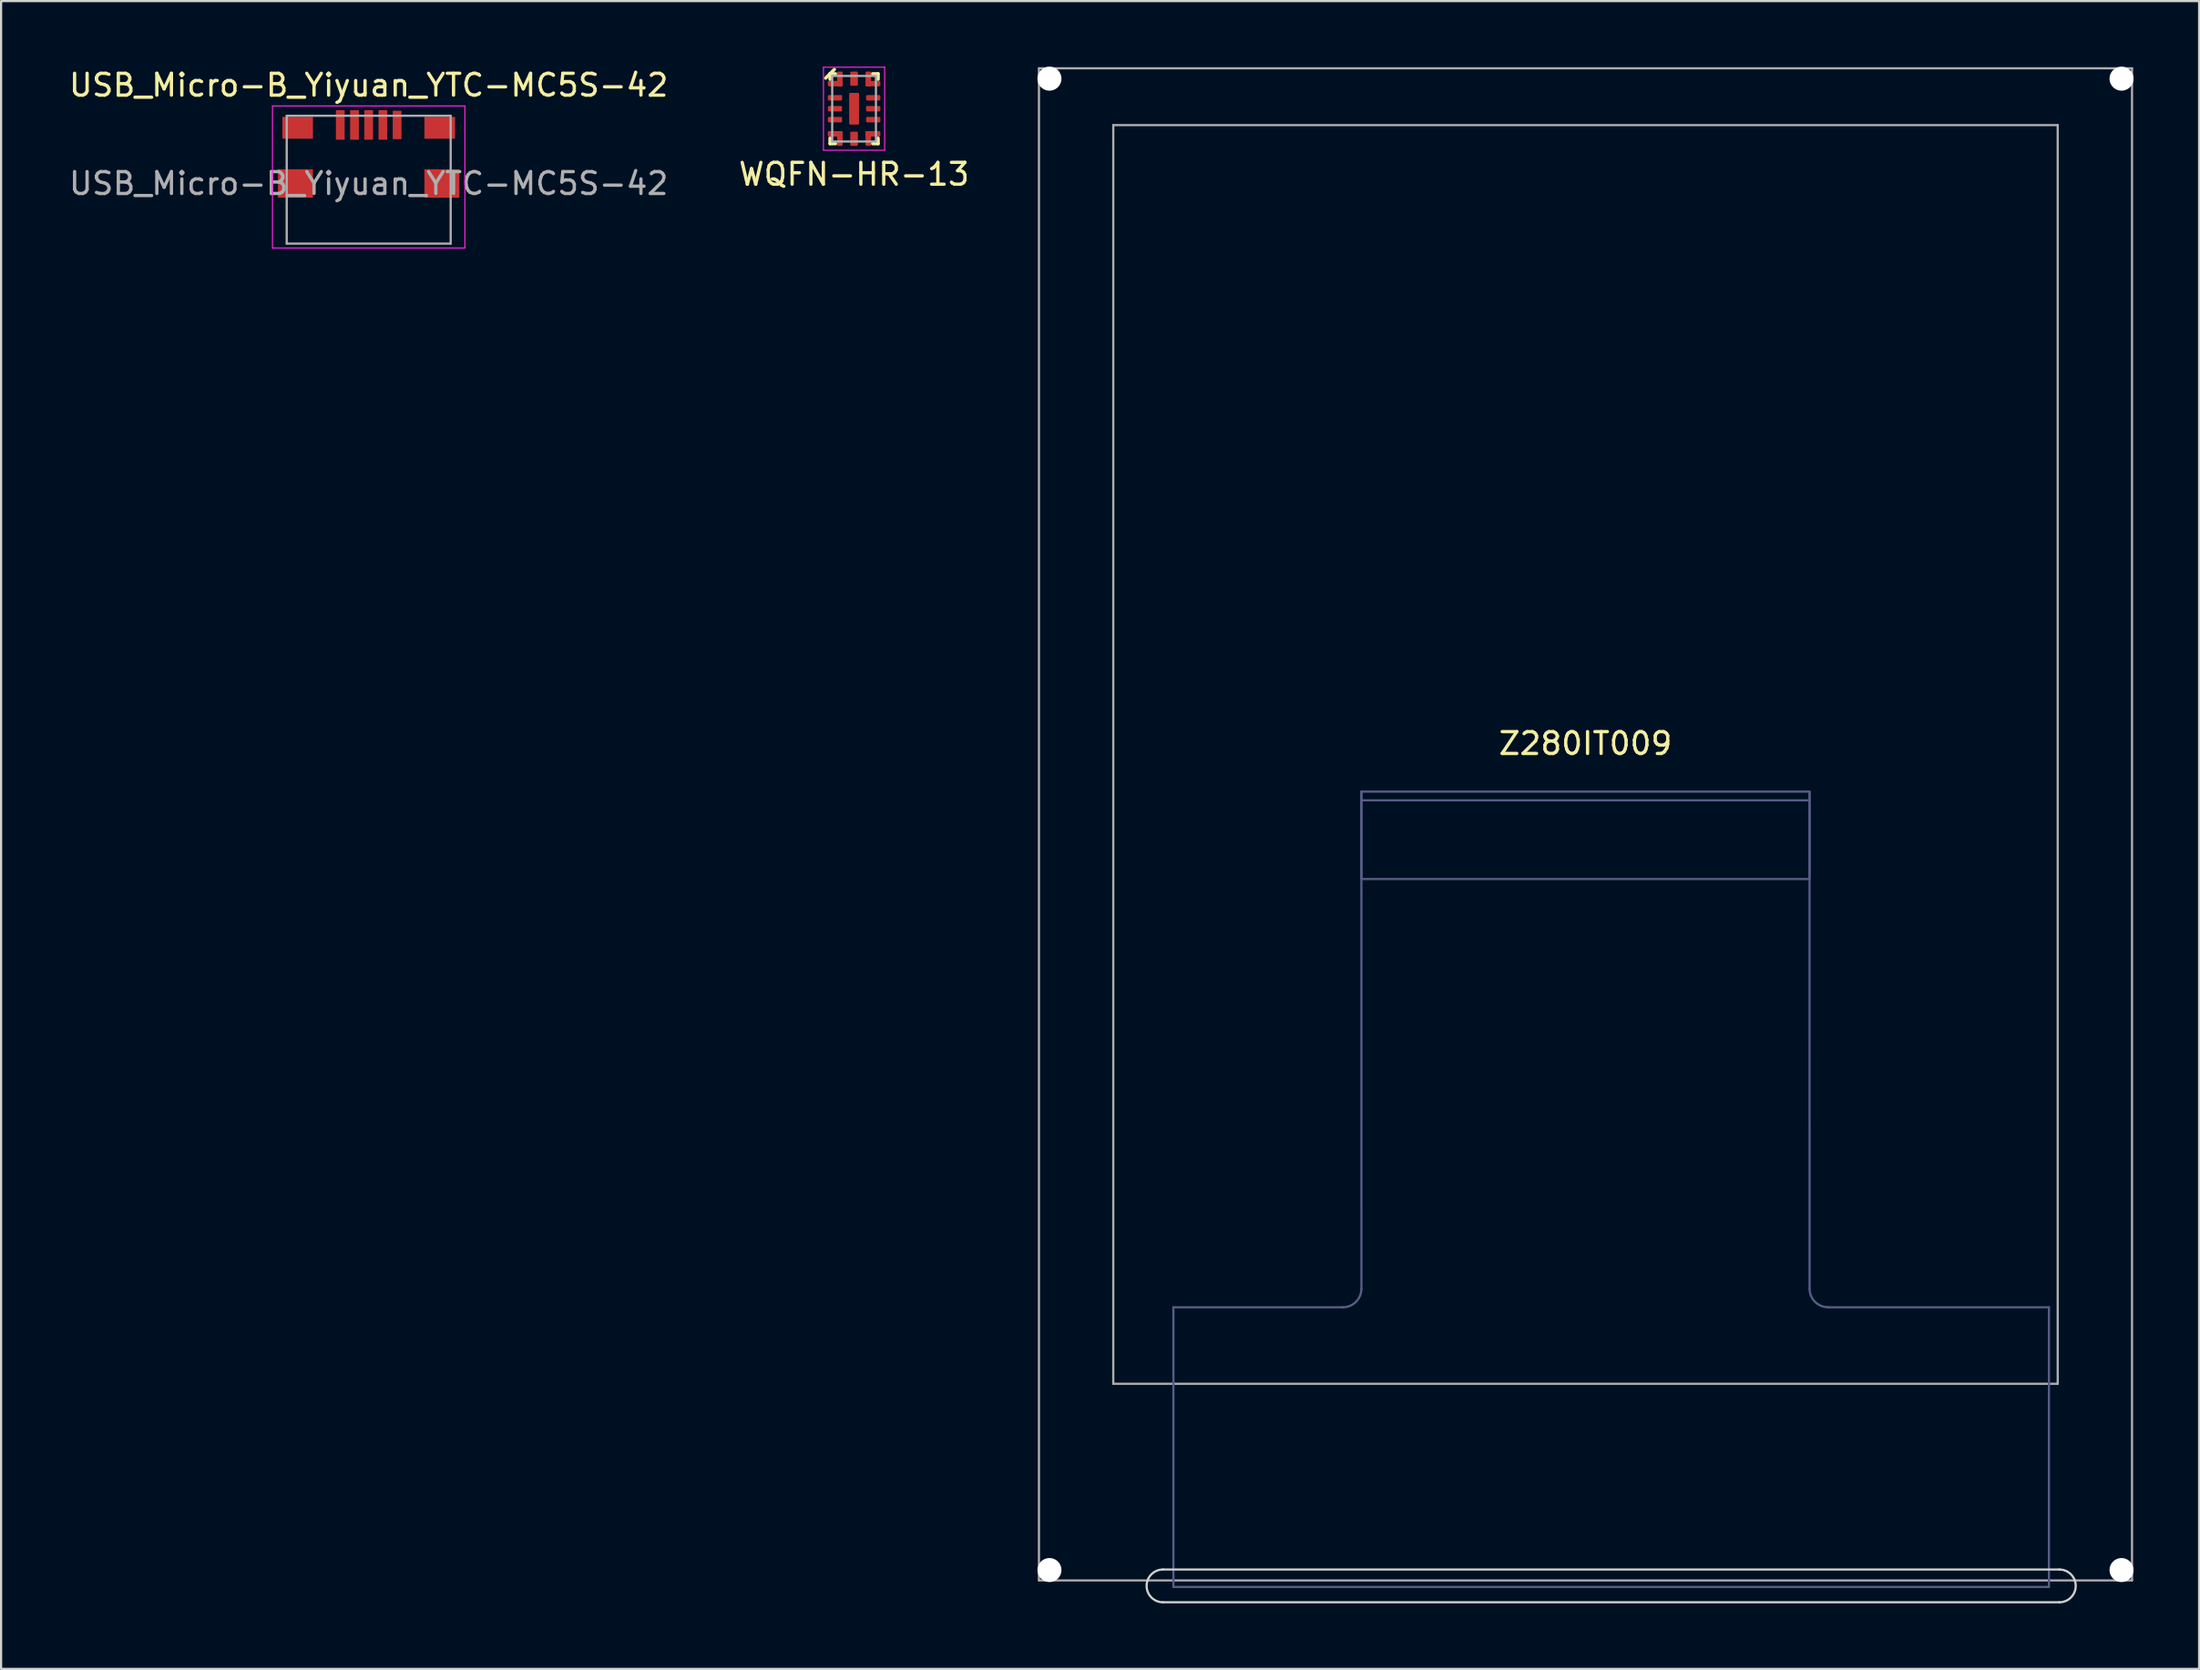
<source format=kicad_pcb>
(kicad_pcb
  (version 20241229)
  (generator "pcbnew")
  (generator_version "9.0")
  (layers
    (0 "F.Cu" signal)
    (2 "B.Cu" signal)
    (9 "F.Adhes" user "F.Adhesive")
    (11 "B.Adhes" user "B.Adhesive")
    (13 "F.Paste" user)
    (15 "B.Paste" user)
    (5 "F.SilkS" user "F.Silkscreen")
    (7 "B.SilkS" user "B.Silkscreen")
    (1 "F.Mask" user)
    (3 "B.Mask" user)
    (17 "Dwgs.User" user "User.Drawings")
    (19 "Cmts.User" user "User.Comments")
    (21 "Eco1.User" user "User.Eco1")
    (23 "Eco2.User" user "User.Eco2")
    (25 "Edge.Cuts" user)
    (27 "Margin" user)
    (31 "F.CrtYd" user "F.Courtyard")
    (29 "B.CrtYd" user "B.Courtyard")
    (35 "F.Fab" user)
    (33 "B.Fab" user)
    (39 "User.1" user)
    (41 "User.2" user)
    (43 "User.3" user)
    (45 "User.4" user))
  (footprint "WQFN-HR-13"
    (layer "F.Cu")
    (at 36.018 1.925)
    (property "Reference" "WQFN-HR-13" (at 0 3 0) (unlocked yes) (layer "F.SilkS") (effects (font (size 1 1) (thickness 0.15))))
    (fp_line (start -1.1 -1.6) (end -1.3 -1.4) (stroke (width 0.15) (type solid)) (layer "F.SilkS"))
    (fp_line (start -1.1 -1.6) (end -1.1 -1.35) (stroke (width 0.15) (type solid)) (layer "F.SilkS"))
    (fp_line (start -1.1 -1.6) (end -0.9 -1.8) (stroke (width 0.15) (type solid)) (layer "F.SilkS"))
    (fp_line (start -1.1 1.35) (end -1.1 1.6) (stroke (width 0.15) (type solid)) (layer "F.SilkS"))
    (fp_line (start -1.1 1.6) (end -0.85 1.6) (stroke (width 0.15) (type solid)) (layer "F.SilkS"))
    (fp_line (start -0.85 -1.6) (end -1.1 -1.6) (stroke (width 0.15) (type solid)) (layer "F.SilkS"))
    (fp_line (start 0.85 1.6) (end 1.1 1.6) (stroke (width 0.15) (type solid)) (layer "F.SilkS"))
    (fp_line (start 1.1 -1.6) (end 0.85 -1.6) (stroke (width 0.15) (type solid)) (layer "F.SilkS"))
    (fp_line (start 1.1 -1.35) (end 1.1 -1.6) (stroke (width 0.15) (type solid)) (layer "F.SilkS"))
    (fp_line (start 1.1 1.6) (end 1.1 1.35) (stroke (width 0.15) (type solid)) (layer "F.SilkS"))
    (fp_line (start -1.4 -1.9) (end 1.4 -1.9) (stroke (width 0.05) (type solid)) (layer "F.CrtYd"))
    (fp_line (start -1.4 1.9) (end -1.4 -1.9) (stroke (width 0.05) (type solid)) (layer "F.CrtYd"))
    (fp_line (start 1.4 -1.9) (end 1.4 1.9) (stroke (width 0.05) (type solid)) (layer "F.CrtYd"))
    (fp_line (start 1.4 1.9) (end -1.4 1.9) (stroke (width 0.05) (type solid)) (layer "F.CrtYd"))
    (fp_line (start -1 -1.5) (end 1 -1.5) (stroke (width 0.1) (type solid)) (layer "F.Fab"))
    (fp_line (start -1 1.5) (end -1 -1.5) (stroke (width 0.1) (type solid)) (layer "F.Fab"))
    (fp_line (start 1 -1.5) (end 1 1.5) (stroke (width 0.1) (type solid)) (layer "F.Fab"))
    (fp_line (start 1 1.5) (end -1 1.5) (stroke (width 0.1) (type solid)) (layer "F.Fab"))
    (pad "1" smd roundrect (at -0.863 -1.15) (size 0.675 0.25) (layers "F.Cu" "F.Mask" "F.Paste") (roundrect_rratio 0.2))
    (pad "1" smd roundrect (at -0.65 -1.363 90) (size 0.675 0.25) (layers "F.Cu" "F.Mask" "F.Paste") (roundrect_rratio 0.2))
    (pad "2" smd roundrect (at -0.875 -0.5) (size 0.65 0.25) (layers "F.Cu" "F.Mask" "F.Paste") (roundrect_rratio 0.2))
    (pad "3" smd roundrect (at -0.875 0) (size 0.65 0.25) (layers "F.Cu" "F.Mask" "F.Paste") (roundrect_rratio 0.2))
    (pad "4" smd roundrect (at -0.875 0.5) (size 0.65 0.25) (layers "F.Cu" "F.Mask" "F.Paste") (roundrect_rratio 0.2))
    (pad "5" smd roundrect (at -0.863 1.15) (size 0.675 0.25) (layers "F.Cu" "F.Mask" "F.Paste") (roundrect_rratio 0.2))
    (pad "5" smd roundrect (at -0.65 1.363 90) (size 0.675 0.25) (layers "F.Cu" "F.Mask" "F.Paste") (roundrect_rratio 0.2))
    (pad "6" smd roundrect (at 0 1.375 180) (size 0.35 0.65) (layers "F.Cu" "F.Mask" "F.Paste") (roundrect_rratio 0.143))
    (pad "7" smd roundrect (at 0.65 1.363 90) (size 0.675 0.25) (layers "F.Cu" "F.Mask" "F.Paste") (roundrect_rratio 0.2))
    (pad "7" smd roundrect (at 0.863 1.15) (size 0.675 0.25) (layers "F.Cu" "F.Mask" "F.Paste") (roundrect_rratio 0.2))
    (pad "8" smd roundrect (at 0.875 0.5) (size 0.65 0.25) (layers "F.Cu" "F.Mask" "F.Paste") (roundrect_rratio 0.2))
    (pad "9" smd roundrect (at 0.875 0) (size 0.65 0.25) (layers "F.Cu" "F.Mask" "F.Paste") (roundrect_rratio 0.2))
    (pad "10" smd roundrect (at 0.875 -0.5) (size 0.65 0.25) (layers "F.Cu" "F.Mask" "F.Paste") (roundrect_rratio 0.2))
    (pad "11" smd roundrect (at 0.65 -1.363 90) (size 0.675 0.25) (layers "F.Cu" "F.Mask" "F.Paste") (roundrect_rratio 0.2))
    (pad "11" smd roundrect (at 0.863 -1.15) (size 0.675 0.25) (layers "F.Cu" "F.Mask" "F.Paste") (roundrect_rratio 0.2))
    (pad "12" smd roundrect (at 0 -1.375 180) (size 0.35 0.65) (layers "F.Cu" "F.Mask" "F.Paste") (roundrect_rratio 0.143))
    (pad "13" smd roundrect (at 0 0) (size 0.45 1.45) (layers "F.Cu" "F.Mask" "F.Paste") (roundrect_rratio 0.111)))
  (footprint "USB_Micro-B_Yiyuan_YTC-MC5S-42"
    (layer "F.Cu")
    (at 13.815 5.348)
    (property "Reference" "USB_Micro-B_Yiyuan_YTC-MC5S-42" (at 0 -4.5 180) (layer "F.SilkS") (effects (font (size 1 1) (thickness 0.15))))
    (attr smd)
    (fp_line (start -4.4 -3.55) (end 4.4 -3.55) (stroke (width 0.05) (type solid)) (layer "F.CrtYd"))
    (fp_line (start -4.4 2.95) (end -4.4 -3.55) (stroke (width 0.05) (type solid)) (layer "F.CrtYd"))
    (fp_line (start 4.4 -3.55) (end 4.4 2.95) (stroke (width 0.05) (type solid)) (layer "F.CrtYd"))
    (fp_line (start 4.4 2.95) (end -4.4 2.95) (stroke (width 0.05) (type solid)) (layer "F.CrtYd"))
    (fp_line (start -3.75 -3.1) (end 3.75 -3.1) (stroke (width 0.1) (type solid)) (layer "F.Fab"))
    (fp_line (start -3.75 2.75) (end -3.75 -3.1) (stroke (width 0.1) (type solid)) (layer "F.Fab"))
    (fp_line (start 3.75 -3.1) (end 3.75 2.75) (stroke (width 0.1) (type solid)) (layer "F.Fab"))
    (fp_line (start 3.75 2.75) (end -3.75 2.75) (stroke (width 0.1) (type solid)) (layer "F.Fab"))
    (fp_text user "${REFERENCE}" (at 0 0 0) (layer "F.Fab") (effects (font (size 1 1) (thickness 0.15))))
    (pad "1" smd rect (at -1.3 -2.68) (size 0.4 1.35) (layers "F.Cu" "F.Mask" "F.Paste"))
    (pad "2" smd rect (at -0.65 -2.68) (size 0.4 1.35) (layers "F.Cu" "F.Mask" "F.Paste"))
    (pad "3" smd rect (at 0 -2.68) (size 0.4 1.35) (layers "F.Cu" "F.Mask" "F.Paste"))
    (pad "4" smd rect (at 0.65 -2.68) (size 0.4 1.35) (layers "F.Cu" "F.Mask" "F.Paste"))
    (pad "5" smd rect (at 1.3 -2.68) (size 0.4 1.3) (layers "F.Cu" "F.Mask" "F.Paste"))
    (pad "6" smd rect (at -3.35 0) (size 1.6 1.3) (layers "F.Cu" "F.Mask" "F.Paste"))
    (pad "6" smd rect (at -3.25 -2.55) (size 1.4 1) (layers "F.Cu" "F.Mask" "F.Paste"))
    (pad "6" smd rect (at 3.25 -2.55) (size 1.4 1) (layers "F.Cu" "F.Mask" "F.Paste"))
    (pad "6" smd rect (at 3.35 0) (size 1.6 1.3) (layers "F.Cu" "F.Mask" "F.Paste")))
  (footprint "Z280IT009"
    (layer "F.Cu")
    (at 69.475 31.475)
    (property "Reference" "Z280IT009" (at 0 -0.5 0) (unlocked yes) (layer "F.SilkS") (effects (font (size 1 1) (thickness 0.15))))
    (fp_line (start -19.325 37.3) (end 21.675 37.3) (stroke (width 0.1) (type default)) (layer "Edge.Cuts"))
    (fp_line (start 21.675 38.8) (end -19.325 38.8) (stroke (width 0.1) (type default)) (layer "Edge.Cuts"))
    (fp_arc (start -19.325 38.8) (mid -20.075 38.05) (end -19.325 37.3) (stroke (width 0.1) (type default)) (layer "Edge.Cuts"))
    (fp_arc (start 21.675 37.3) (mid 22.425 38.05) (end 21.675 38.8) (stroke (width 0.1) (type default)) (layer "Edge.Cuts"))
    (fp_line (start -18.85 37.799) (end -18.85 25.299) (stroke (width 0.1) (type default)) (layer "B.Fab"))
    (fp_line (start -18.85 38.099) (end -18.85 37.799) (stroke (width 0.1) (type default)) (layer "B.Fab"))
    (fp_line (start -18.85 38.099) (end 21.2 38.1) (stroke (width 0.1) (type default)) (layer "B.Fab"))
    (fp_line (start -11.1 25.3) (end -18.85 25.299) (stroke (width 0.1) (type default)) (layer "B.Fab"))
    (fp_line (start -10.249 24.449) (end -10.25 1.7) (stroke (width 0.1) (type default)) (layer "B.Fab"))
    (fp_line (start 10.25 2.1) (end -10.25 2.1) (stroke (width 0.1) (type default)) (layer "B.Fab"))
    (fp_line (start 10.251 24.449) (end 10.25 1.7) (stroke (width 0.1) (type default)) (layer "B.Fab"))
    (fp_line (start 21.2 25.3) (end 11.101 25.299) (stroke (width 0.1) (type default)) (layer "B.Fab"))
    (fp_line (start 21.2 37.8) (end 21.2 25.3) (stroke (width 0.1) (type default)) (layer "B.Fab"))
    (fp_line (start 21.2 38.1) (end 21.2 37.8) (stroke (width 0.1) (type default)) (layer "B.Fab"))
    (fp_arc (start -10.25 24.45) (mid -10.498959 25.051041) (end -11.1 25.3) (stroke (width 0.1) (type default)) (layer "B.Fab"))
    (fp_arc (start 11.10104 25.298959) (mid 10.5 25.05) (end 10.25104 24.448959) (stroke (width 0.1) (type default)) (layer "B.Fab"))
    (fp_poly (pts (xy -10.25 1.7) (xy -10.25 5.7) (xy 10.25 5.7) (xy 10.25 1.7)) (stroke (width 0.1) (type solid)) (fill no) (layer "B.Fab"))
    (fp_line (start -25 -31.4) (end -25 37.8) (stroke (width 0.1) (type default)) (layer "F.Fab"))
    (fp_line (start -21.6 -28.8) (end -21.6 28.8) (stroke (width 0.1) (type default)) (layer "F.Fab"))
    (fp_line (start 21.6 -28.8) (end -21.6 -28.8) (stroke (width 0.1) (type default)) (layer "F.Fab"))
    (fp_line (start 21.6 -28.8) (end 21.6 28.8) (stroke (width 0.1) (type default)) (layer "F.Fab"))
    (fp_line (start 21.6 28.8) (end -21.6 28.8) (stroke (width 0.1) (type default)) (layer "F.Fab"))
    (fp_line (start 25 -31.4) (end -25 -31.4) (stroke (width 0.1) (type default)) (layer "F.Fab"))
    (fp_line (start 25 37.8) (end -25 37.8) (stroke (width 0.1) (type default)) (layer "F.Fab"))
    (fp_line (start 25 37.8) (end 25 -31.4) (stroke (width 0.1) (type default)) (layer "F.Fab"))
    (pad "" np_thru_hole circle (at -24.52 -30.925) (size 1.1 1.1) (drill 1.1) (layers "*.Cu" "*.Mask"))
    (pad "" np_thru_hole circle (at -24.52 37.325) (size 1.1 1.1) (drill 1.1) (layers "*.Cu" "*.Mask"))
    (pad "" np_thru_hole circle (at 24.52 -30.925) (size 1.1 1.1) (drill 1.1) (layers "*.Cu" "*.Mask"))
    (pad "" np_thru_hole circle (at 24.52 37.325) (size 1.1 1.1) (drill 1.1) (layers "*.Cu" "*.Mask")))
  (gr_rect
    (start -3 -3)
    (end 97.545 73.325)
    (stroke (width 0.1) (type default))
    (fill no)
    (layer "Edge.Cuts")))
</source>
